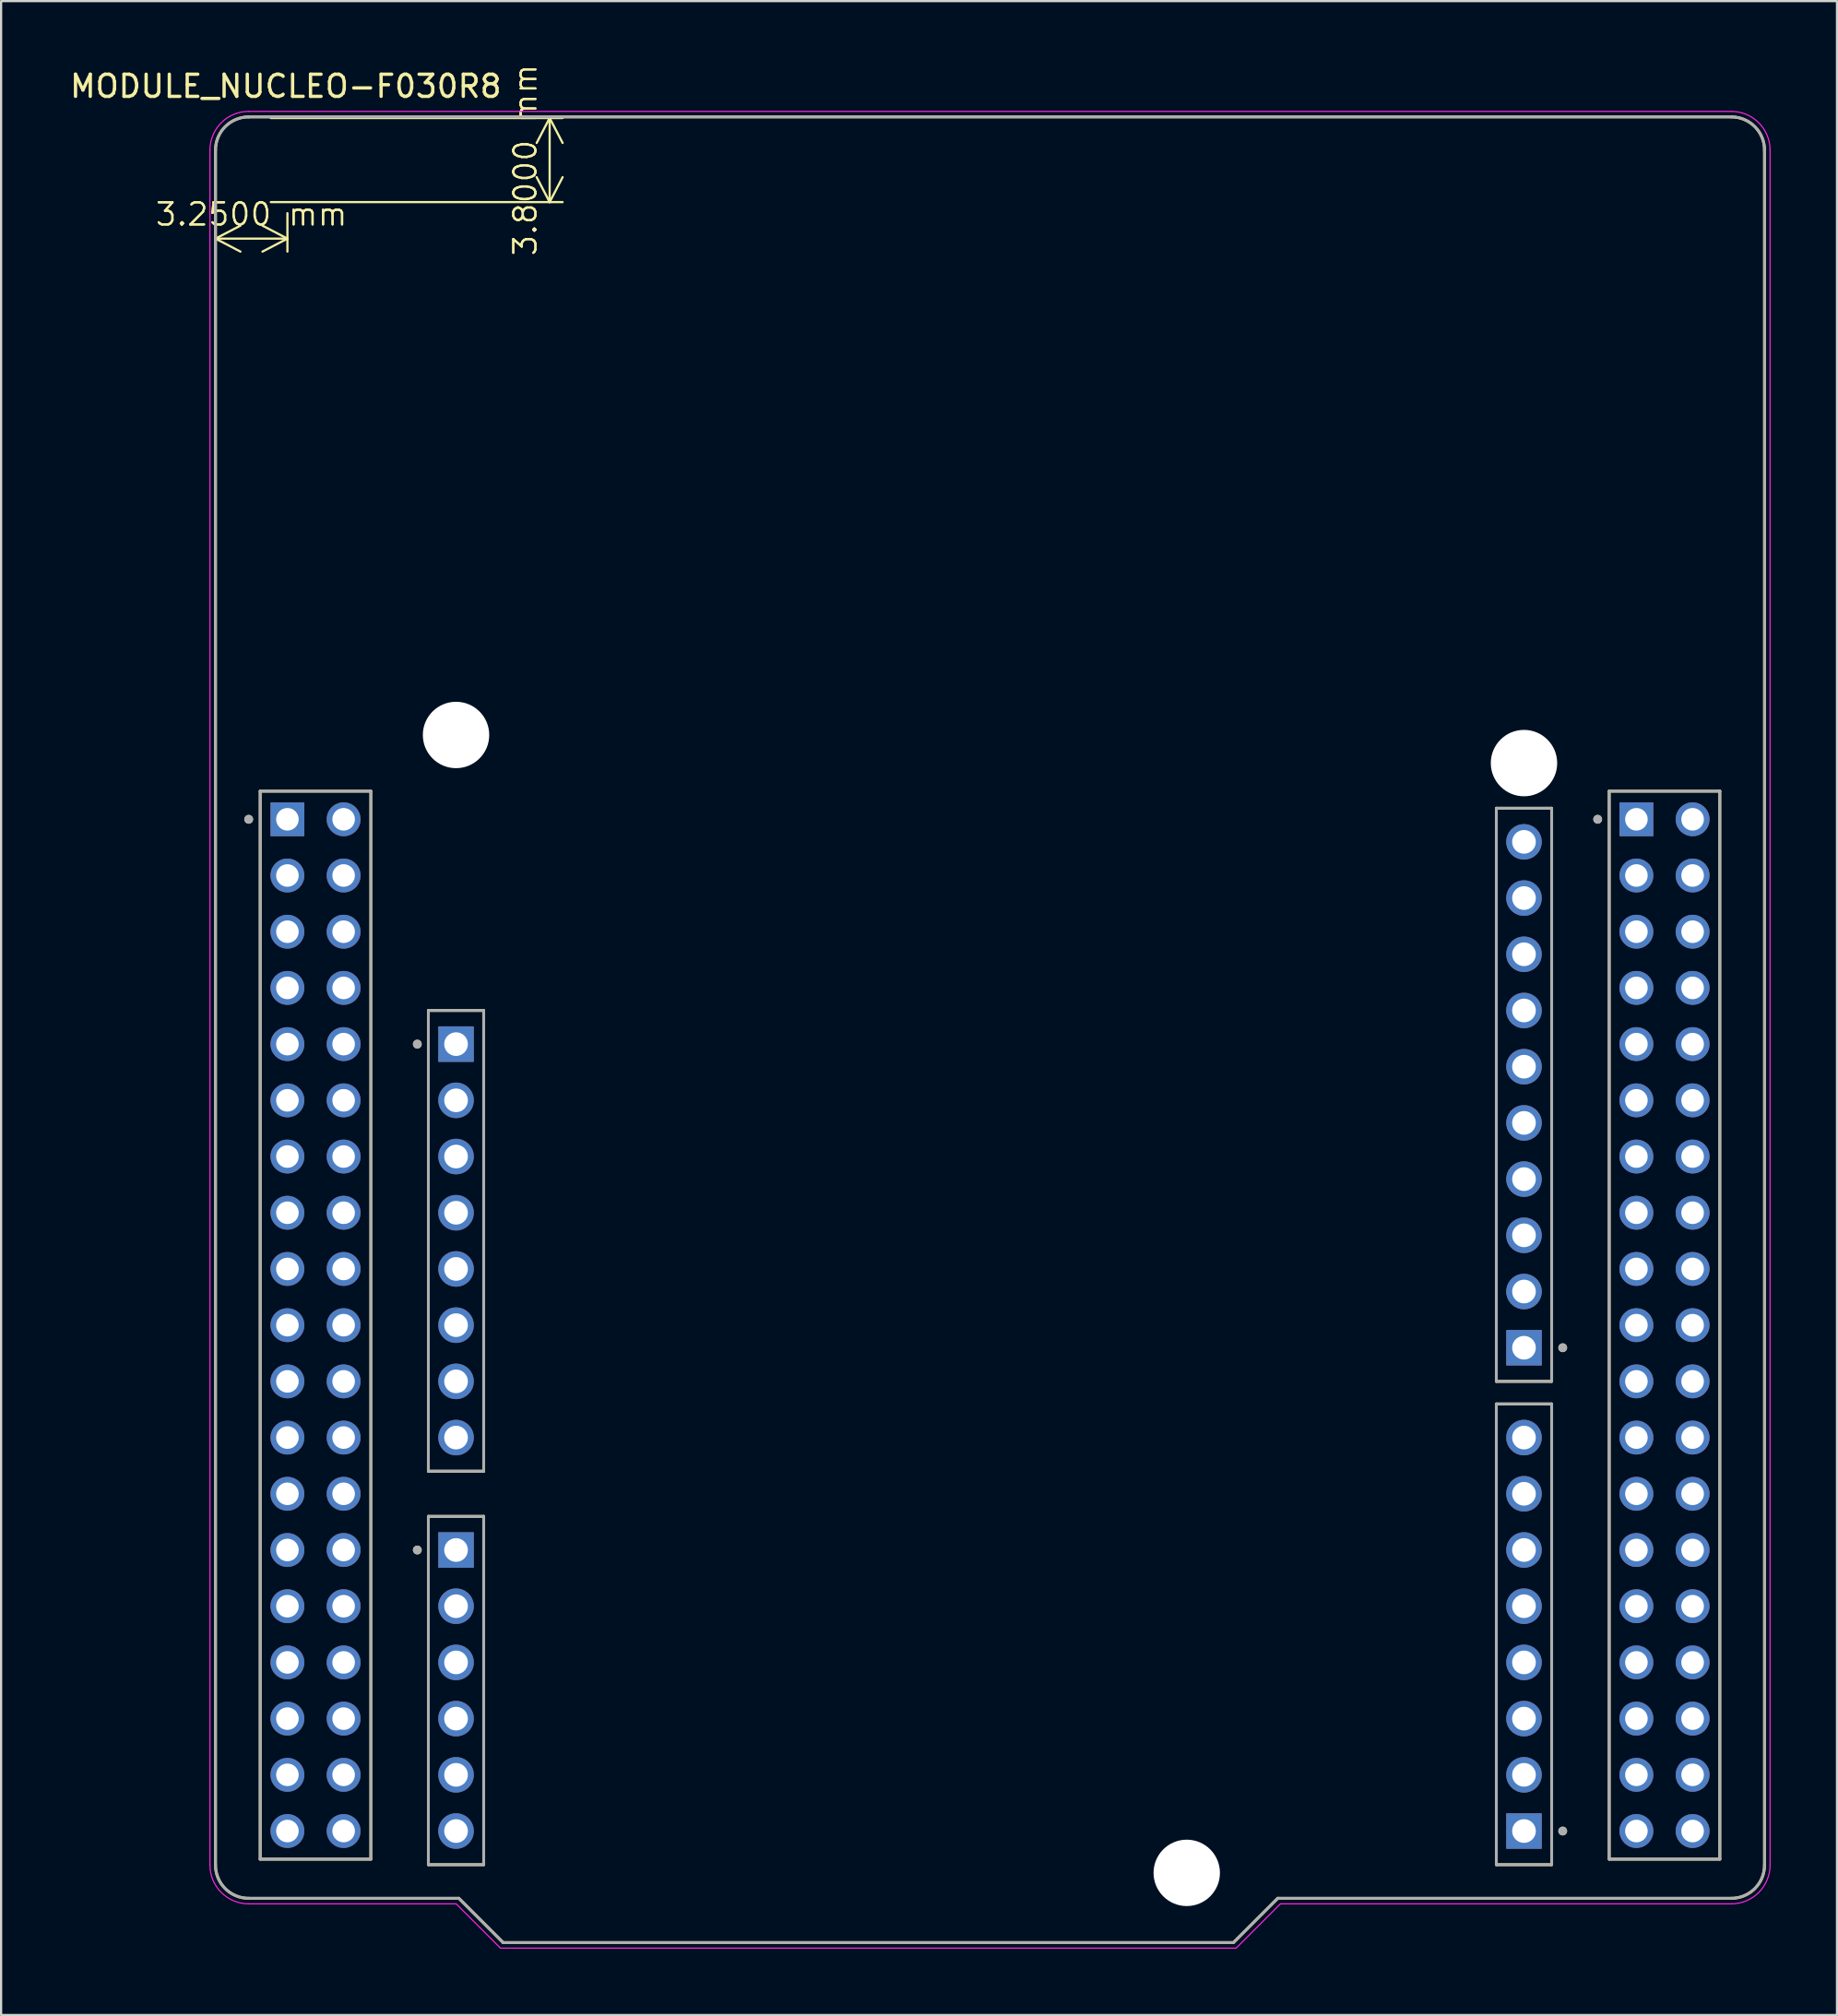
<source format=kicad_pcb>
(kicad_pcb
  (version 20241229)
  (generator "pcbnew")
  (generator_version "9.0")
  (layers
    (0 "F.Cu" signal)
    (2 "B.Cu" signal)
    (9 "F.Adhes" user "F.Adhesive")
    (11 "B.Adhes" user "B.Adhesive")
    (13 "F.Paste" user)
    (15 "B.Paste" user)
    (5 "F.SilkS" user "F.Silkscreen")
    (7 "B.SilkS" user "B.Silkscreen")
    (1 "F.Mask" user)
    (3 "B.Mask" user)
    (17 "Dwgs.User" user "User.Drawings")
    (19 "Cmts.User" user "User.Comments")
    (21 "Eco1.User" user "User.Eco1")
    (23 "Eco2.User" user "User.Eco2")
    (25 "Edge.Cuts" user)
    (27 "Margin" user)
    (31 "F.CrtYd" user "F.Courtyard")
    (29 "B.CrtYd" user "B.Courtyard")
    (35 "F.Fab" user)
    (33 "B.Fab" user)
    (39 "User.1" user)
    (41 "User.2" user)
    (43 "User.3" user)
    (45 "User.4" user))
  (footprint "MODULE_NUCLEO-F030R8"
    (layer "F.Cu")
    (at 41.688 43.483)
    (property "Reference" "MODULE_NUCLEO-F030R8" (at -31.825 -42.635 0) (layer "F.SilkS") (effects (font (size 1 1) (thickness 0.15))))
    (attr through_hole)
    (fp_line (start -35 37.75) (end -35 -39.75) (stroke (width 0.127) (type solid)) (layer "F.SilkS"))
    (fp_line (start -33.5 -41.25) (end 33.5 -41.25) (stroke (width 0.127) (type solid)) (layer "F.SilkS"))
    (fp_line (start -32.98 -10.78) (end -32.98 37.48) (stroke (width 0.127) (type solid)) (layer "F.SilkS"))
    (fp_line (start -32.98 37.48) (end -27.98 37.48) (stroke (width 0.127) (type solid)) (layer "F.SilkS"))
    (fp_line (start -27.98 -10.78) (end -32.98 -10.78) (stroke (width 0.127) (type solid)) (layer "F.SilkS"))
    (fp_line (start -27.98 37.48) (end -27.98 -10.78) (stroke (width 0.127) (type solid)) (layer "F.SilkS"))
    (fp_line (start -25.38 -0.87) (end -25.38 19.95) (stroke (width 0.127) (type solid)) (layer "F.SilkS"))
    (fp_line (start -25.38 19.95) (end -22.88 19.95) (stroke (width 0.127) (type solid)) (layer "F.SilkS"))
    (fp_line (start -25.38 21.99) (end -25.38 37.73) (stroke (width 0.127) (type solid)) (layer "F.SilkS"))
    (fp_line (start -25.38 37.73) (end -22.88 37.73) (stroke (width 0.127) (type solid)) (layer "F.SilkS"))
    (fp_line (start -24 39.25) (end -33.5 39.25) (stroke (width 0.127) (type solid)) (layer "F.SilkS"))
    (fp_line (start -22.88 -0.87) (end -25.38 -0.87) (stroke (width 0.127) (type solid)) (layer "F.SilkS"))
    (fp_line (start -22.88 19.95) (end -22.88 -0.87) (stroke (width 0.127) (type solid)) (layer "F.SilkS"))
    (fp_line (start -22.88 21.99) (end -25.38 21.99) (stroke (width 0.127) (type solid)) (layer "F.SilkS"))
    (fp_line (start -22.88 37.73) (end -22.88 21.99) (stroke (width 0.127) (type solid)) (layer "F.SilkS"))
    (fp_line (start -22 41.25) (end -24 39.25) (stroke (width 0.127) (type solid)) (layer "F.SilkS"))
    (fp_line (start 11 41.25) (end -22 41.25) (stroke (width 0.127) (type solid)) (layer "F.SilkS"))
    (fp_line (start 13 39.25) (end 11 41.25) (stroke (width 0.127) (type solid)) (layer "F.SilkS"))
    (fp_line (start 22.88 -10.01) (end 22.88 15.89) (stroke (width 0.127) (type solid)) (layer "F.SilkS"))
    (fp_line (start 22.88 15.89) (end 25.38 15.89) (stroke (width 0.127) (type solid)) (layer "F.SilkS"))
    (fp_line (start 22.88 16.91) (end 22.88 37.73) (stroke (width 0.127) (type solid)) (layer "F.SilkS"))
    (fp_line (start 22.88 37.73) (end 25.38 37.73) (stroke (width 0.127) (type solid)) (layer "F.SilkS"))
    (fp_line (start 25.38 -10.01) (end 22.88 -10.01) (stroke (width 0.127) (type solid)) (layer "F.SilkS"))
    (fp_line (start 25.38 15.89) (end 25.38 -10.01) (stroke (width 0.127) (type solid)) (layer "F.SilkS"))
    (fp_line (start 25.38 16.91) (end 22.88 16.91) (stroke (width 0.127) (type solid)) (layer "F.SilkS"))
    (fp_line (start 25.38 37.73) (end 25.38 16.91) (stroke (width 0.127) (type solid)) (layer "F.SilkS"))
    (fp_line (start 27.98 -10.78) (end 27.98 37.48) (stroke (width 0.127) (type solid)) (layer "F.SilkS"))
    (fp_line (start 27.98 37.48) (end 32.98 37.48) (stroke (width 0.127) (type solid)) (layer "F.SilkS"))
    (fp_line (start 32.98 -10.78) (end 27.98 -10.78) (stroke (width 0.127) (type solid)) (layer "F.SilkS"))
    (fp_line (start 32.98 37.48) (end 32.98 -10.78) (stroke (width 0.127) (type solid)) (layer "F.SilkS"))
    (fp_line (start 33.5 39.25) (end 13 39.25) (stroke (width 0.127) (type solid)) (layer "F.SilkS"))
    (fp_line (start 35 -39.75) (end 35 37.75) (stroke (width 0.127) (type solid)) (layer "F.SilkS"))
    (fp_arc (start -35 -39.75) (mid -34.56066 -40.81066) (end -33.5 -41.25) (stroke (width 0.127) (type solid)) (layer "F.SilkS"))
    (fp_arc (start -33.5 39.25) (mid -34.56066 38.81066) (end -35 37.75) (stroke (width 0.127) (type solid)) (layer "F.SilkS"))
    (fp_arc (start 33.5 -41.25) (mid 34.56066 -40.81066) (end 35 -39.75) (stroke (width 0.127) (type solid)) (layer "F.SilkS"))
    (fp_arc (start 35 37.75) (mid 34.56066 38.81066) (end 33.5 39.25) (stroke (width 0.127) (type solid)) (layer "F.SilkS"))
    (fp_circle (center -33.5 -9.51) (end -33.4 -9.51) (stroke (width 0.2) (type solid)) (fill no) (layer "F.SilkS"))
    (fp_circle (center -25.88 0.65) (end -25.78 0.65) (stroke (width 0.2) (type solid)) (fill no) (layer "F.SilkS"))
    (fp_circle (center -25.88 23.51) (end -25.78 23.51) (stroke (width 0.2) (type solid)) (fill no) (layer "F.SilkS"))
    (fp_circle (center 25.88 14.37) (end 25.98 14.37) (stroke (width 0.2) (type solid)) (fill no) (layer "F.SilkS"))
    (fp_circle (center 25.88 36.21) (end 25.98 36.21) (stroke (width 0.2) (type solid)) (fill no) (layer "F.SilkS"))
    (fp_circle (center 27.46 -9.51) (end 27.56 -9.51) (stroke (width 0.2) (type solid)) (fill no) (layer "F.SilkS"))
    (fp_line (start -35.25 37.75) (end -35.25 -39.75) (stroke (width 0.05) (type solid)) (layer "F.CrtYd"))
    (fp_line (start -33.5 -41.5) (end 33.5 -41.5) (stroke (width 0.05) (type solid)) (layer "F.CrtYd"))
    (fp_line (start -24.125 39.5) (end -33.5 39.5) (stroke (width 0.05) (type solid)) (layer "F.CrtYd"))
    (fp_line (start -22.125 41.5) (end -24.125 39.5) (stroke (width 0.05) (type solid)) (layer "F.CrtYd"))
    (fp_line (start 11.125 41.5) (end -22.125 41.5) (stroke (width 0.05) (type solid)) (layer "F.CrtYd"))
    (fp_line (start 13.125 39.5) (end 11.125 41.5) (stroke (width 0.05) (type solid)) (layer "F.CrtYd"))
    (fp_line (start 33.5 39.5) (end 13.125 39.5) (stroke (width 0.05) (type solid)) (layer "F.CrtYd"))
    (fp_line (start 35.25 -39.75) (end 35.25 37.75) (stroke (width 0.05) (type solid)) (layer "F.CrtYd"))
    (fp_arc (start -35.25 -39.75) (mid -34.737437 -40.987437) (end -33.5 -41.5) (stroke (width 0.05) (type solid)) (layer "F.CrtYd"))
    (fp_arc (start -33.5 39.5) (mid -34.737437 38.987437) (end -35.25 37.75) (stroke (width 0.05) (type solid)) (layer "F.CrtYd"))
    (fp_arc (start 33.5 -41.5) (mid 34.737437 -40.987437) (end 35.25 -39.75) (stroke (width 0.05) (type solid)) (layer "F.CrtYd"))
    (fp_arc (start 35.25 37.75) (mid 34.737437 38.987437) (end 33.5 39.5) (stroke (width 0.05) (type solid)) (layer "F.CrtYd"))
    (fp_line (start -35 37.75) (end -35 -39.75) (stroke (width 0.127) (type solid)) (layer "F.Fab"))
    (fp_line (start -33.5 -41.25) (end 33.5 -41.25) (stroke (width 0.127) (type solid)) (layer "F.Fab"))
    (fp_line (start -32.98 -10.78) (end -32.98 37.48) (stroke (width 0.127) (type solid)) (layer "F.Fab"))
    (fp_line (start -32.98 37.48) (end -27.98 37.48) (stroke (width 0.127) (type solid)) (layer "F.Fab"))
    (fp_line (start -27.98 -10.78) (end -32.98 -10.78) (stroke (width 0.127) (type solid)) (layer "F.Fab"))
    (fp_line (start -27.98 37.48) (end -27.98 -10.78) (stroke (width 0.127) (type solid)) (layer "F.Fab"))
    (fp_line (start -25.38 -0.87) (end -25.38 19.95) (stroke (width 0.127) (type solid)) (layer "F.Fab"))
    (fp_line (start -25.38 19.95) (end -22.88 19.95) (stroke (width 0.127) (type solid)) (layer "F.Fab"))
    (fp_line (start -25.38 21.99) (end -25.38 37.73) (stroke (width 0.127) (type solid)) (layer "F.Fab"))
    (fp_line (start -25.38 37.73) (end -22.88 37.73) (stroke (width 0.127) (type solid)) (layer "F.Fab"))
    (fp_line (start -24 39.25) (end -33.5 39.25) (stroke (width 0.127) (type solid)) (layer "F.Fab"))
    (fp_line (start -22.88 -0.87) (end -25.38 -0.87) (stroke (width 0.127) (type solid)) (layer "F.Fab"))
    (fp_line (start -22.88 19.95) (end -22.88 -0.87) (stroke (width 0.127) (type solid)) (layer "F.Fab"))
    (fp_line (start -22.88 21.99) (end -25.38 21.99) (stroke (width 0.127) (type solid)) (layer "F.Fab"))
    (fp_line (start -22.88 37.73) (end -22.88 21.99) (stroke (width 0.127) (type solid)) (layer "F.Fab"))
    (fp_line (start -22 41.25) (end -24 39.25) (stroke (width 0.127) (type solid)) (layer "F.Fab"))
    (fp_line (start 11 41.25) (end -22 41.25) (stroke (width 0.127) (type solid)) (layer "F.Fab"))
    (fp_line (start 13 39.25) (end 11 41.25) (stroke (width 0.127) (type solid)) (layer "F.Fab"))
    (fp_line (start 22.88 -10.01) (end 22.88 15.89) (stroke (width 0.127) (type solid)) (layer "F.Fab"))
    (fp_line (start 22.88 15.89) (end 25.38 15.89) (stroke (width 0.127) (type solid)) (layer "F.Fab"))
    (fp_line (start 22.88 16.91) (end 22.88 37.73) (stroke (width 0.127) (type solid)) (layer "F.Fab"))
    (fp_line (start 22.88 37.73) (end 25.38 37.73) (stroke (width 0.127) (type solid)) (layer "F.Fab"))
    (fp_line (start 25.38 -10.01) (end 22.88 -10.01) (stroke (width 0.127) (type solid)) (layer "F.Fab"))
    (fp_line (start 25.38 15.89) (end 25.38 -10.01) (stroke (width 0.127) (type solid)) (layer "F.Fab"))
    (fp_line (start 25.38 16.91) (end 22.88 16.91) (stroke (width 0.127) (type solid)) (layer "F.Fab"))
    (fp_line (start 25.38 37.73) (end 25.38 16.91) (stroke (width 0.127) (type solid)) (layer "F.Fab"))
    (fp_line (start 27.98 -10.78) (end 27.98 37.48) (stroke (width 0.127) (type solid)) (layer "F.Fab"))
    (fp_line (start 27.98 37.48) (end 32.98 37.48) (stroke (width 0.127) (type solid)) (layer "F.Fab"))
    (fp_line (start 32.98 -10.78) (end 27.98 -10.78) (stroke (width 0.127) (type solid)) (layer "F.Fab"))
    (fp_line (start 32.98 37.48) (end 32.98 -10.78) (stroke (width 0.127) (type solid)) (layer "F.Fab"))
    (fp_line (start 33.5 39.25) (end 13 39.25) (stroke (width 0.127) (type solid)) (layer "F.Fab"))
    (fp_line (start 35 -39.75) (end 35 37.75) (stroke (width 0.127) (type solid)) (layer "F.Fab"))
    (fp_arc (start -35 -39.75) (mid -34.56066 -40.81066) (end -33.5 -41.25) (stroke (width 0.127) (type solid)) (layer "F.Fab"))
    (fp_arc (start -33.5 39.25) (mid -34.56066 38.81066) (end -35 37.75) (stroke (width 0.127) (type solid)) (layer "F.Fab"))
    (fp_arc (start 33.5 -41.25) (mid 34.56066 -40.81066) (end 35 -39.75) (stroke (width 0.127) (type solid)) (layer "F.Fab"))
    (fp_arc (start 35 37.75) (mid 34.56066 38.81066) (end 33.5 39.25) (stroke (width 0.127) (type solid)) (layer "F.Fab"))
    (fp_circle (center -33.5 -9.51) (end -33.4 -9.51) (stroke (width 0.2) (type solid)) (fill no) (layer "F.Fab"))
    (fp_circle (center -25.88 0.65) (end -25.78 0.65) (stroke (width 0.2) (type solid)) (fill no) (layer "F.Fab"))
    (fp_circle (center -25.88 23.51) (end -25.78 23.51) (stroke (width 0.2) (type solid)) (fill no) (layer "F.Fab"))
    (fp_circle (center 25.88 14.37) (end 25.98 14.37) (stroke (width 0.2) (type solid)) (fill no) (layer "F.Fab"))
    (fp_circle (center 25.88 36.21) (end 25.98 36.21) (stroke (width 0.2) (type solid)) (fill no) (layer "F.Fab"))
    (fp_circle (center 27.46 -9.51) (end 27.56 -9.51) (stroke (width 0.2) (type solid)) (fill no) (layer "F.Fab"))
    (dimension (type aligned) (layer "F.SilkS") (pts (xy 6.688 6.083) (xy 9.938 6.083)) (height 1.65) (format (prefix "") (suffix "") (units 3) (units_format 1) (precision 4)) (style (thickness 0.1) (arrow_length 1.27) (text_position_mode 0) (arrow_direction outward) (extension_height 0.586) (extension_offset 0.5) (keep_text_aligned yes)) (gr_text "3.2500 mm" (at 8.313 6.633 0) (layer "F.SilkS") (effects (font (size 1 1) (thickness 0.1)))))
    (dimension (type aligned) (layer "F.SilkS") (pts (xy 8.688 2.283) (xy 8.688 6.083)) (height -13.1) (format (prefix "") (suffix "") (units 3) (units_format 1) (precision 4)) (style (thickness 0.1) (arrow_length 1.27) (text_position_mode 0) (arrow_direction outward) (extension_height 0.586) (extension_offset 0.5) (keep_text_aligned yes)) (gr_text "3.8000 mm" (at 20.688 4.183 90) (layer "F.SilkS") (effects (font (size 1 1) (thickness 0.1)))))
    (pad "" np_thru_hole circle (at -24.13 -13.32) (size 3 3) (drill 3) (layers "*.Cu" "*.Mask"))
    (pad "" np_thru_hole circle (at 8.89 38.1) (size 3 3) (drill 3) (layers "*.Cu" "*.Mask"))
    (pad "" np_thru_hole circle (at 24.13 -12.05) (size 3 3) (drill 3) (layers "*.Cu" "*.Mask"))
    (pad "CN5_1" thru_hole rect (at 24.13 14.37) (size 1.605 1.605) (drill 1.07) (layers "*.Cu" "*.Mask"))
    (pad "CN5_2" thru_hole circle (at 24.13 11.83) (size 1.605 1.605) (drill 1.07) (layers "*.Cu" "*.Mask"))
    (pad "CN5_3" thru_hole circle (at 24.13 9.29) (size 1.605 1.605) (drill 1.07) (layers "*.Cu" "*.Mask"))
    (pad "CN5_4" thru_hole circle (at 24.13 6.75) (size 1.605 1.605) (drill 1.07) (layers "*.Cu" "*.Mask"))
    (pad "CN5_5" thru_hole circle (at 24.13 4.21) (size 1.605 1.605) (drill 1.07) (layers "*.Cu" "*.Mask"))
    (pad "CN5_6" thru_hole circle (at 24.13 1.67) (size 1.605 1.605) (drill 1.07) (layers "*.Cu" "*.Mask"))
    (pad "CN5_7" thru_hole circle (at 24.13 -0.87) (size 1.605 1.605) (drill 1.07) (layers "*.Cu" "*.Mask"))
    (pad "CN5_8" thru_hole circle (at 24.13 -3.41) (size 1.605 1.605) (drill 1.07) (layers "*.Cu" "*.Mask"))
    (pad "CN5_9" thru_hole circle (at 24.13 -5.95) (size 1.605 1.605) (drill 1.07) (layers "*.Cu" "*.Mask"))
    (pad "CN5_10" thru_hole circle (at 24.13 -8.49) (size 1.605 1.605) (drill 1.07) (layers "*.Cu" "*.Mask"))
    (pad "CN6_1" thru_hole rect (at -24.13 0.65) (size 1.605 1.605) (drill 1.07) (layers "*.Cu" "*.Mask"))
    (pad "CN6_2" thru_hole circle (at -24.13 3.19) (size 1.605 1.605) (drill 1.07) (layers "*.Cu" "*.Mask"))
    (pad "CN6_3" thru_hole circle (at -24.13 5.73) (size 1.605 1.605) (drill 1.07) (layers "*.Cu" "*.Mask"))
    (pad "CN6_4" thru_hole circle (at -24.13 8.27) (size 1.605 1.605) (drill 1.07) (layers "*.Cu" "*.Mask"))
    (pad "CN6_5" thru_hole circle (at -24.13 10.81) (size 1.605 1.605) (drill 1.07) (layers "*.Cu" "*.Mask"))
    (pad "CN6_6" thru_hole circle (at -24.13 13.35) (size 1.605 1.605) (drill 1.07) (layers "*.Cu" "*.Mask"))
    (pad "CN6_7" thru_hole circle (at -24.13 15.89) (size 1.605 1.605) (drill 1.07) (layers "*.Cu" "*.Mask"))
    (pad "CN6_8" thru_hole circle (at -24.13 18.43) (size 1.605 1.605) (drill 1.07) (layers "*.Cu" "*.Mask"))
    (pad "CN7_1" thru_hole rect (at -31.75 -9.51) (size 1.53 1.53) (drill 1.02) (layers "*.Cu" "*.Mask"))
    (pad "CN7_2" thru_hole circle (at -29.21 -9.51) (size 1.53 1.53) (drill 1.02) (layers "*.Cu" "*.Mask"))
    (pad "CN7_3" thru_hole circle (at -31.75 -6.97) (size 1.53 1.53) (drill 1.02) (layers "*.Cu" "*.Mask"))
    (pad "CN7_4" thru_hole circle (at -29.21 -6.97) (size 1.53 1.53) (drill 1.02) (layers "*.Cu" "*.Mask"))
    (pad "CN7_5" thru_hole circle (at -31.75 -4.43) (size 1.53 1.53) (drill 1.02) (layers "*.Cu" "*.Mask"))
    (pad "CN7_6" thru_hole circle (at -29.21 -4.43) (size 1.53 1.53) (drill 1.02) (layers "*.Cu" "*.Mask"))
    (pad "CN7_7" thru_hole circle (at -31.75 -1.89) (size 1.53 1.53) (drill 1.02) (layers "*.Cu" "*.Mask"))
    (pad "CN7_8" thru_hole circle (at -29.21 -1.89) (size 1.53 1.53) (drill 1.02) (layers "*.Cu" "*.Mask"))
    (pad "CN7_9" thru_hole circle (at -31.75 0.65) (size 1.53 1.53) (drill 1.02) (layers "*.Cu" "*.Mask"))
    (pad "CN7_10" thru_hole circle (at -29.21 0.65) (size 1.53 1.53) (drill 1.02) (layers "*.Cu" "*.Mask"))
    (pad "CN7_11" thru_hole circle (at -31.75 3.19) (size 1.53 1.53) (drill 1.02) (layers "*.Cu" "*.Mask"))
    (pad "CN7_12" thru_hole circle (at -29.21 3.19) (size 1.53 1.53) (drill 1.02) (layers "*.Cu" "*.Mask"))
    (pad "CN7_13" thru_hole circle (at -31.75 5.73) (size 1.53 1.53) (drill 1.02) (layers "*.Cu" "*.Mask"))
    (pad "CN7_14" thru_hole circle (at -29.21 5.73) (size 1.53 1.53) (drill 1.02) (layers "*.Cu" "*.Mask"))
    (pad "CN7_15" thru_hole circle (at -31.75 8.27) (size 1.53 1.53) (drill 1.02) (layers "*.Cu" "*.Mask"))
    (pad "CN7_16" thru_hole circle (at -29.21 8.27) (size 1.53 1.53) (drill 1.02) (layers "*.Cu" "*.Mask"))
    (pad "CN7_17" thru_hole circle (at -31.75 10.81) (size 1.53 1.53) (drill 1.02) (layers "*.Cu" "*.Mask"))
    (pad "CN7_18" thru_hole circle (at -29.21 10.81) (size 1.53 1.53) (drill 1.02) (layers "*.Cu" "*.Mask"))
    (pad "CN7_19" thru_hole circle (at -31.75 13.35) (size 1.53 1.53) (drill 1.02) (layers "*.Cu" "*.Mask"))
    (pad "CN7_20" thru_hole circle (at -29.21 13.35) (size 1.53 1.53) (drill 1.02) (layers "*.Cu" "*.Mask"))
    (pad "CN7_21" thru_hole circle (at -31.75 15.89) (size 1.53 1.53) (drill 1.02) (layers "*.Cu" "*.Mask"))
    (pad "CN7_22" thru_hole circle (at -29.21 15.89) (size 1.53 1.53) (drill 1.02) (layers "*.Cu" "*.Mask"))
    (pad "CN7_23" thru_hole circle (at -31.75 18.43) (size 1.53 1.53) (drill 1.02) (layers "*.Cu" "*.Mask"))
    (pad "CN7_24" thru_hole circle (at -29.21 18.43) (size 1.53 1.53) (drill 1.02) (layers "*.Cu" "*.Mask"))
    (pad "CN7_25" thru_hole circle (at -31.75 20.97) (size 1.53 1.53) (drill 1.02) (layers "*.Cu" "*.Mask"))
    (pad "CN7_26" thru_hole circle (at -29.21 20.97) (size 1.53 1.53) (drill 1.02) (layers "*.Cu" "*.Mask"))
    (pad "CN7_27" thru_hole circle (at -31.75 23.51) (size 1.53 1.53) (drill 1.02) (layers "*.Cu" "*.Mask"))
    (pad "CN7_28" thru_hole circle (at -29.21 23.51) (size 1.53 1.53) (drill 1.02) (layers "*.Cu" "*.Mask"))
    (pad "CN7_29" thru_hole circle (at -31.75 26.05) (size 1.53 1.53) (drill 1.02) (layers "*.Cu" "*.Mask"))
    (pad "CN7_30" thru_hole circle (at -29.21 26.05) (size 1.53 1.53) (drill 1.02) (layers "*.Cu" "*.Mask"))
    (pad "CN7_31" thru_hole circle (at -31.75 28.59) (size 1.53 1.53) (drill 1.02) (layers "*.Cu" "*.Mask"))
    (pad "CN7_32" thru_hole circle (at -29.21 28.59) (size 1.53 1.53) (drill 1.02) (layers "*.Cu" "*.Mask"))
    (pad "CN7_33" thru_hole circle (at -31.75 31.13) (size 1.53 1.53) (drill 1.02) (layers "*.Cu" "*.Mask"))
    (pad "CN7_34" thru_hole circle (at -29.21 31.13) (size 1.53 1.53) (drill 1.02) (layers "*.Cu" "*.Mask"))
    (pad "CN7_35" thru_hole circle (at -31.75 33.67) (size 1.53 1.53) (drill 1.02) (layers "*.Cu" "*.Mask"))
    (pad "CN7_36" thru_hole circle (at -29.21 33.67) (size 1.53 1.53) (drill 1.02) (layers "*.Cu" "*.Mask"))
    (pad "CN7_37" thru_hole circle (at -31.75 36.21) (size 1.53 1.53) (drill 1.02) (layers "*.Cu" "*.Mask"))
    (pad "CN7_38" thru_hole circle (at -29.21 36.21) (size 1.53 1.53) (drill 1.02) (layers "*.Cu" "*.Mask"))
    (pad "CN8_1" thru_hole rect (at -24.13 23.51) (size 1.605 1.605) (drill 1.07) (layers "*.Cu" "*.Mask"))
    (pad "CN8_2" thru_hole circle (at -24.13 26.05) (size 1.605 1.605) (drill 1.07) (layers "*.Cu" "*.Mask"))
    (pad "CN8_3" thru_hole circle (at -24.13 28.59) (size 1.605 1.605) (drill 1.07) (layers "*.Cu" "*.Mask"))
    (pad "CN8_4" thru_hole circle (at -24.13 31.13) (size 1.605 1.605) (drill 1.07) (layers "*.Cu" "*.Mask"))
    (pad "CN8_5" thru_hole circle (at -24.13 33.67) (size 1.605 1.605) (drill 1.07) (layers "*.Cu" "*.Mask"))
    (pad "CN8_6" thru_hole circle (at -24.13 36.21) (size 1.605 1.605) (drill 1.07) (layers "*.Cu" "*.Mask"))
    (pad "CN9_1" thru_hole rect (at 24.13 36.21) (size 1.605 1.605) (drill 1.07) (layers "*.Cu" "*.Mask"))
    (pad "CN9_2" thru_hole circle (at 24.13 33.67) (size 1.605 1.605) (drill 1.07) (layers "*.Cu" "*.Mask"))
    (pad "CN9_3" thru_hole circle (at 24.13 31.13) (size 1.605 1.605) (drill 1.07) (layers "*.Cu" "*.Mask"))
    (pad "CN9_4" thru_hole circle (at 24.13 28.59) (size 1.605 1.605) (drill 1.07) (layers "*.Cu" "*.Mask"))
    (pad "CN9_5" thru_hole circle (at 24.13 26.05) (size 1.605 1.605) (drill 1.07) (layers "*.Cu" "*.Mask"))
    (pad "CN9_6" thru_hole circle (at 24.13 23.51) (size 1.605 1.605) (drill 1.07) (layers "*.Cu" "*.Mask"))
    (pad "CN9_7" thru_hole circle (at 24.13 20.97) (size 1.605 1.605) (drill 1.07) (layers "*.Cu" "*.Mask"))
    (pad "CN9_8" thru_hole circle (at 24.13 18.43) (size 1.605 1.605) (drill 1.07) (layers "*.Cu" "*.Mask"))
    (pad "CN10_1" thru_hole rect (at 29.21 -9.51) (size 1.53 1.53) (drill 1.02) (layers "*.Cu" "*.Mask"))
    (pad "CN10_2" thru_hole circle (at 31.75 -9.51) (size 1.53 1.53) (drill 1.02) (layers "*.Cu" "*.Mask"))
    (pad "CN10_3" thru_hole circle (at 29.21 -6.97) (size 1.53 1.53) (drill 1.02) (layers "*.Cu" "*.Mask"))
    (pad "CN10_4" thru_hole circle (at 31.75 -6.97) (size 1.53 1.53) (drill 1.02) (layers "*.Cu" "*.Mask"))
    (pad "CN10_5" thru_hole circle (at 29.21 -4.43) (size 1.53 1.53) (drill 1.02) (layers "*.Cu" "*.Mask"))
    (pad "CN10_6" thru_hole circle (at 31.75 -4.43) (size 1.53 1.53) (drill 1.02) (layers "*.Cu" "*.Mask"))
    (pad "CN10_7" thru_hole circle (at 29.21 -1.89) (size 1.53 1.53) (drill 1.02) (layers "*.Cu" "*.Mask"))
    (pad "CN10_8" thru_hole circle (at 31.75 -1.89) (size 1.53 1.53) (drill 1.02) (layers "*.Cu" "*.Mask"))
    (pad "CN10_9" thru_hole circle (at 29.21 0.65) (size 1.53 1.53) (drill 1.02) (layers "*.Cu" "*.Mask"))
    (pad "CN10_10" thru_hole circle (at 31.75 0.65) (size 1.53 1.53) (drill 1.02) (layers "*.Cu" "*.Mask"))
    (pad "CN10_11" thru_hole circle (at 29.21 3.19) (size 1.53 1.53) (drill 1.02) (layers "*.Cu" "*.Mask"))
    (pad "CN10_12" thru_hole circle (at 31.75 3.19) (size 1.53 1.53) (drill 1.02) (layers "*.Cu" "*.Mask"))
    (pad "CN10_13" thru_hole circle (at 29.21 5.73) (size 1.53 1.53) (drill 1.02) (layers "*.Cu" "*.Mask"))
    (pad "CN10_14" thru_hole circle (at 31.75 5.73) (size 1.53 1.53) (drill 1.02) (layers "*.Cu" "*.Mask"))
    (pad "CN10_15" thru_hole circle (at 29.21 8.27) (size 1.53 1.53) (drill 1.02) (layers "*.Cu" "*.Mask"))
    (pad "CN10_16" thru_hole circle (at 31.75 8.27) (size 1.53 1.53) (drill 1.02) (layers "*.Cu" "*.Mask"))
    (pad "CN10_17" thru_hole circle (at 29.21 10.81) (size 1.53 1.53) (drill 1.02) (layers "*.Cu" "*.Mask"))
    (pad "CN10_18" thru_hole circle (at 31.75 10.81) (size 1.53 1.53) (drill 1.02) (layers "*.Cu" "*.Mask"))
    (pad "CN10_19" thru_hole circle (at 29.21 13.35) (size 1.53 1.53) (drill 1.02) (layers "*.Cu" "*.Mask"))
    (pad "CN10_20" thru_hole circle (at 31.75 13.35) (size 1.53 1.53) (drill 1.02) (layers "*.Cu" "*.Mask"))
    (pad "CN10_21" thru_hole circle (at 29.21 15.89) (size 1.53 1.53) (drill 1.02) (layers "*.Cu" "*.Mask"))
    (pad "CN10_22" thru_hole circle (at 31.75 15.89) (size 1.53 1.53) (drill 1.02) (layers "*.Cu" "*.Mask"))
    (pad "CN10_23" thru_hole circle (at 29.21 18.43) (size 1.53 1.53) (drill 1.02) (layers "*.Cu" "*.Mask"))
    (pad "CN10_24" thru_hole circle (at 31.75 18.43) (size 1.53 1.53) (drill 1.02) (layers "*.Cu" "*.Mask"))
    (pad "CN10_25" thru_hole circle (at 29.21 20.97) (size 1.53 1.53) (drill 1.02) (layers "*.Cu" "*.Mask"))
    (pad "CN10_26" thru_hole circle (at 31.75 20.97) (size 1.53 1.53) (drill 1.02) (layers "*.Cu" "*.Mask"))
    (pad "CN10_27" thru_hole circle (at 29.21 23.51) (size 1.53 1.53) (drill 1.02) (layers "*.Cu" "*.Mask"))
    (pad "CN10_28" thru_hole circle (at 31.75 23.51) (size 1.53 1.53) (drill 1.02) (layers "*.Cu" "*.Mask"))
    (pad "CN10_29" thru_hole circle (at 29.21 26.05) (size 1.53 1.53) (drill 1.02) (layers "*.Cu" "*.Mask"))
    (pad "CN10_30" thru_hole circle (at 31.75 26.05) (size 1.53 1.53) (drill 1.02) (layers "*.Cu" "*.Mask"))
    (pad "CN10_31" thru_hole circle (at 29.21 28.59) (size 1.53 1.53) (drill 1.02) (layers "*.Cu" "*.Mask"))
    (pad "CN10_32" thru_hole circle (at 31.75 28.59) (size 1.53 1.53) (drill 1.02) (layers "*.Cu" "*.Mask"))
    (pad "CN10_33" thru_hole circle (at 29.21 31.13) (size 1.53 1.53) (drill 1.02) (layers "*.Cu" "*.Mask"))
    (pad "CN10_34" thru_hole circle (at 31.75 31.13) (size 1.53 1.53) (drill 1.02) (layers "*.Cu" "*.Mask"))
    (pad "CN10_35" thru_hole circle (at 29.21 33.67) (size 1.53 1.53) (drill 1.02) (layers "*.Cu" "*.Mask"))
    (pad "CN10_36" thru_hole circle (at 31.75 33.67) (size 1.53 1.53) (drill 1.02) (layers "*.Cu" "*.Mask"))
    (pad "CN10_37" thru_hole circle (at 29.21 36.21) (size 1.53 1.53) (drill 1.02) (layers "*.Cu" "*.Mask"))
    (pad "CN10_38" thru_hole circle (at 31.75 36.21) (size 1.53 1.53) (drill 1.02) (layers "*.Cu" "*.Mask")))
  (gr_rect
    (start -3 -3)
    (end 79.963 88.008)
    (stroke (width 0.1) (type default))
    (fill no)
    (layer "Edge.Cuts")))
</source>
